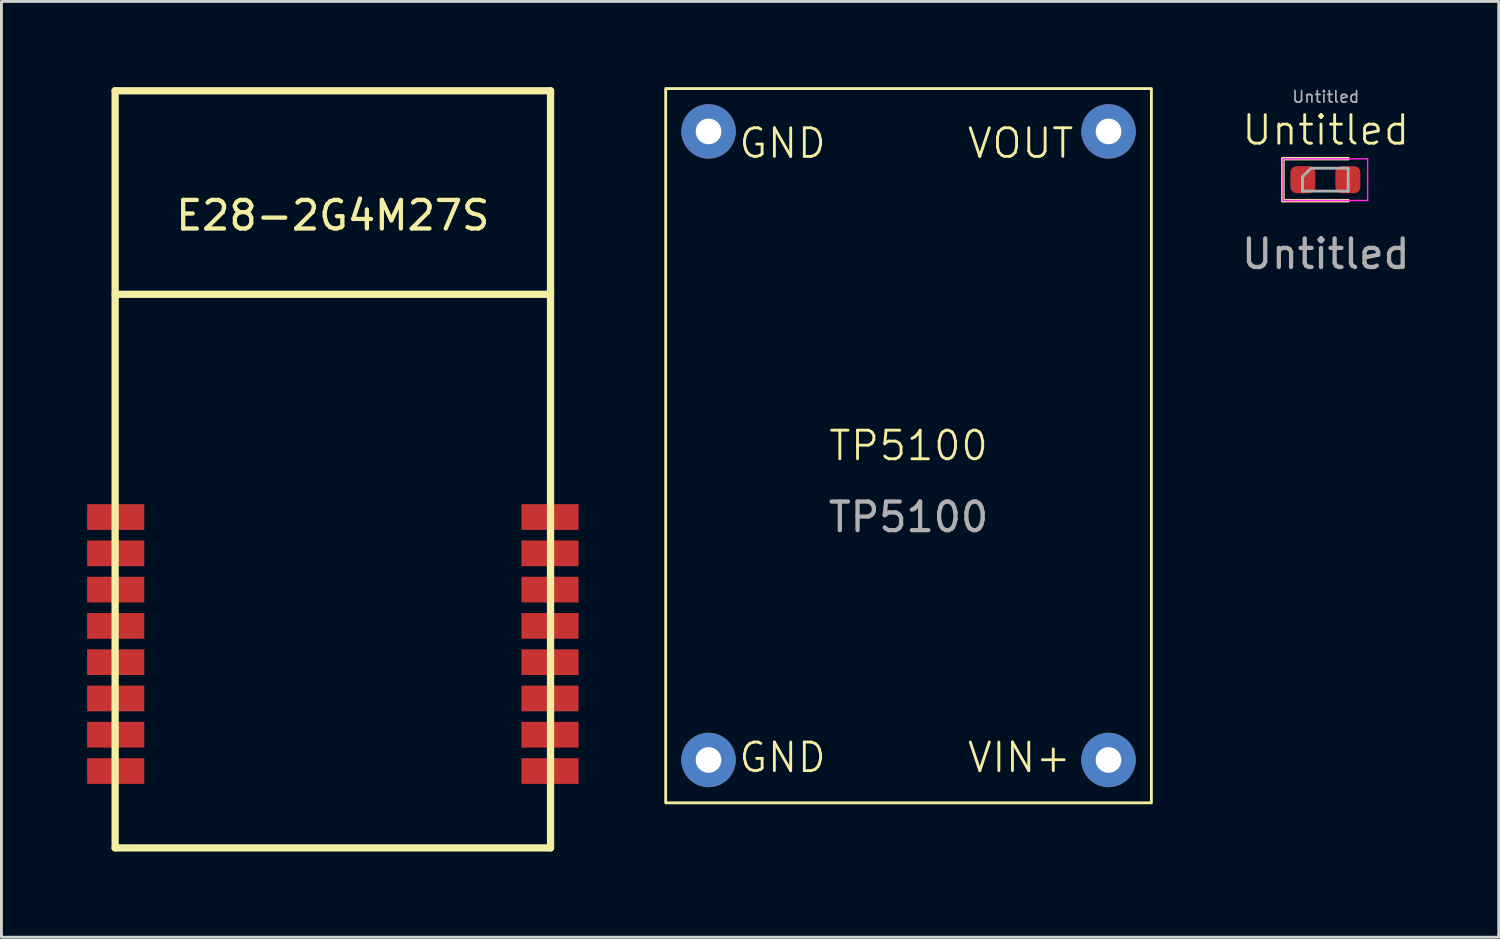
<source format=kicad_pcb>
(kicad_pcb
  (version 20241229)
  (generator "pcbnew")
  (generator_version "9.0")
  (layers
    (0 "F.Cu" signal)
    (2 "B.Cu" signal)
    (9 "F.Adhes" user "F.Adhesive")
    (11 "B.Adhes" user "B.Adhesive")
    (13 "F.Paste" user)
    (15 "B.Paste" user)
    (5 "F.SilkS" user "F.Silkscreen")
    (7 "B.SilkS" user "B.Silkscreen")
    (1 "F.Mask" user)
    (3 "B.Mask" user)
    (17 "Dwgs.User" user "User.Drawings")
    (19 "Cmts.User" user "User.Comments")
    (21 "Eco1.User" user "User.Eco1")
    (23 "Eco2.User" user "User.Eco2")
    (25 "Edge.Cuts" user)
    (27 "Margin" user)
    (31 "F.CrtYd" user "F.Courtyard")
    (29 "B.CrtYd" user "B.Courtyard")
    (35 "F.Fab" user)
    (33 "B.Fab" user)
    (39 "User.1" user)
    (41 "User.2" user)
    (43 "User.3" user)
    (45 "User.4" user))
  (footprint "TP5100"
    (layer "F.Cu")
    (at 28.75 12.55)
    (property "Reference" "TP5100" (at 0 0 0) (unlocked yes) (layer "F.SilkS") (effects (font (size 1 1) (thickness 0.1))))
    (attr smd)
    (fp_rect (start -8.5 -12.5) (end 8.5 12.5) (stroke (width 0.1) (type default)) (fill no) (layer "F.SilkS"))
    (fp_text user "GND" (at -6 -10 0) (unlocked yes) (layer "F.SilkS") (effects (font (size 1 1) (thickness 0.1)) (justify left bottom)))
    (fp_text user "VIN+" (at 2 11.5 0) (unlocked yes) (layer "F.SilkS") (effects (font (size 1 1) (thickness 0.1)) (justify left bottom)))
    (fp_text user "GND" (at -6 11.5 0) (unlocked yes) (layer "F.SilkS") (effects (font (size 1 1) (thickness 0.1)) (justify left bottom)))
    (fp_text user "VOUT" (at 2 -10 0) (unlocked yes) (layer "F.SilkS") (effects (font (size 1 1) (thickness 0.1)) (justify left bottom)))
    (fp_text user "${REFERENCE}" (at 0 2.5 0) (unlocked yes) (layer "F.Fab") (effects (font (size 1 1) (thickness 0.15))))
    (pad "1" thru_hole circle (at 7 11) (size 1.905 1.905) (drill 0.9) (layers "*.Cu" "*.Mask"))
    (pad "2" thru_hole circle (at -7 11) (size 1.905 1.905) (drill 0.9) (layers "*.Cu" "*.Mask"))
    (pad "3" thru_hole circle (at 7 -11) (size 1.905 1.905) (drill 0.9) (layers "*.Cu" "*.Mask"))
    (pad "4" thru_hole circle (at -7 -11) (size 1.905 1.905) (drill 0.9) (layers "*.Cu" "*.Mask")))
  (footprint "Untitled"
    (layer "F.Cu")
    (at 43.354 3.339)
    (property "Reference" "Untitled" (at 0 -1.835 0) (unlocked yes) (layer "F.SilkS") (effects (font (size 1 1) (thickness 0.1))))
    (attr smd)
    (fp_line (start -1.5 -0.835) (end -1.5 0.635) (stroke (width 0.12) (type solid)) (layer "F.SilkS"))
    (fp_line (start -1.5 0.635) (end 0.785 0.635) (stroke (width 0.12) (type solid)) (layer "F.SilkS"))
    (fp_line (start 0.785 -0.835) (end -1.5 -0.835) (stroke (width 0.12) (type solid)) (layer "F.SilkS"))
    (fp_line (start -1.495 -0.83) (end 1.465 -0.83) (stroke (width 0.05) (type solid)) (layer "F.CrtYd"))
    (fp_line (start -1.495 0.63) (end -1.495 -0.83) (stroke (width 0.05) (type solid)) (layer "F.CrtYd"))
    (fp_line (start 1.465 -0.83) (end 1.465 0.63) (stroke (width 0.05) (type solid)) (layer "F.CrtYd"))
    (fp_line (start 1.465 0.63) (end -1.495 0.63) (stroke (width 0.05) (type solid)) (layer "F.CrtYd"))
    (fp_line (start -0.815 -0.2) (end -0.815 0.3) (stroke (width 0.1) (type solid)) (layer "F.Fab"))
    (fp_line (start -0.815 0.3) (end 0.785 0.3) (stroke (width 0.1) (type solid)) (layer "F.Fab"))
    (fp_line (start -0.515 -0.5) (end -0.815 -0.2) (stroke (width 0.1) (type solid)) (layer "F.Fab"))
    (fp_line (start 0.785 -0.5) (end -0.515 -0.5) (stroke (width 0.1) (type solid)) (layer "F.Fab"))
    (fp_line (start 0.785 0.3) (end 0.785 -0.5) (stroke (width 0.1) (type solid)) (layer "F.Fab"))
    (fp_text user "${REFERENCE}" (at 0 2.5 0) (unlocked yes) (layer "F.Fab") (effects (font (size 1 1) (thickness 0.15))))
    (fp_text user "${REFERENCE}" (at 0 -3 0) (layer "F.Fab") (effects (font (size 0.4 0.4) (thickness 0.06))))
    (pad "1" smd roundrect (at -0.802 -0.1) (size 0.875 0.95) (layers "F.Cu" "F.Mask" "F.Paste") (roundrect_rratio 0.25))
    (pad "2" smd roundrect (at 0.772 -0.1) (size 0.875 0.95) (layers "F.Cu" "F.Mask" "F.Paste") (roundrect_rratio 0.25)))
  (footprint "E28-2G4M27S"
    (layer "F.Cu")
    (at 8.6 19.492)
    (property "Reference" "E28-2G4M27S" (at 0 -15 0) (layer "F.SilkS") (effects (font (size 1 1) (thickness 0.15))))
    (attr smd)
    (fp_line (start -7.62 -19.365) (end 7.62 -19.365) (stroke (width 0.254) (type solid)) (layer "F.SilkS"))
    (fp_line (start -7.62 -12.241) (end 7.62 -12.241) (stroke (width 0.254) (type solid)) (layer "F.SilkS"))
    (fp_line (start -7.62 7.135) (end -7.62 -19.365) (stroke (width 0.254) (type solid)) (layer "F.SilkS"))
    (fp_line (start -7.62 7.135) (end 7.62 7.135) (stroke (width 0.254) (type solid)) (layer "F.SilkS"))
    (fp_line (start 7.62 7.135) (end 7.62 -19.365) (stroke (width 0.254) (type solid)) (layer "F.SilkS"))
    (pad "1" smd rect (at 7.6 4.445) (size 2 0.9) (layers "F.Cu" "F.Mask" "F.Paste"))
    (pad "2" smd rect (at 7.6 3.175) (size 2 0.9) (layers "F.Cu" "F.Mask" "F.Paste"))
    (pad "3" smd rect (at 7.6 1.905) (size 2 0.9) (layers "F.Cu" "F.Mask" "F.Paste"))
    (pad "4" smd rect (at 7.6 0.635) (size 2 0.9) (layers "F.Cu" "F.Mask" "F.Paste"))
    (pad "5" smd rect (at 7.6 -0.635) (size 2 0.9) (layers "F.Cu" "F.Mask" "F.Paste"))
    (pad "6" smd rect (at 7.6 -1.905) (size 2 0.9) (layers "F.Cu" "F.Mask" "F.Paste"))
    (pad "7" smd rect (at 7.6 -3.175) (size 2 0.9) (layers "F.Cu" "F.Mask" "F.Paste"))
    (pad "8" smd rect (at 7.6 -4.445) (size 2 0.9) (layers "F.Cu" "F.Mask" "F.Paste"))
    (pad "9" smd rect (at -7.6 -4.445) (size 2 0.9) (layers "F.Cu" "F.Mask" "F.Paste"))
    (pad "10" smd rect (at -7.6 -3.175) (size 2 0.9) (layers "F.Cu" "F.Mask" "F.Paste"))
    (pad "11" smd rect (at -7.6 -1.905) (size 2 0.9) (layers "F.Cu" "F.Mask" "F.Paste"))
    (pad "12" smd rect (at -7.6 -0.635) (size 2 0.9) (layers "F.Cu" "F.Mask" "F.Paste"))
    (pad "13" smd rect (at -7.6 0.635) (size 2 0.9) (layers "F.Cu" "F.Mask" "F.Paste"))
    (pad "14" smd rect (at -7.6 1.905) (size 2 0.9) (layers "F.Cu" "F.Mask" "F.Paste"))
    (pad "15" smd rect (at -7.6 3.175) (size 2 0.9) (layers "F.Cu" "F.Mask" "F.Paste"))
    (pad "16" smd rect (at -7.6 4.445) (size 2 0.9) (layers "F.Cu" "F.Mask" "F.Paste")))
  (gr_rect
    (start -3 -3)
    (end 49.407 29.754)
    (stroke (width 0.1) (type default))
    (fill no)
    (layer "Edge.Cuts")))
</source>
